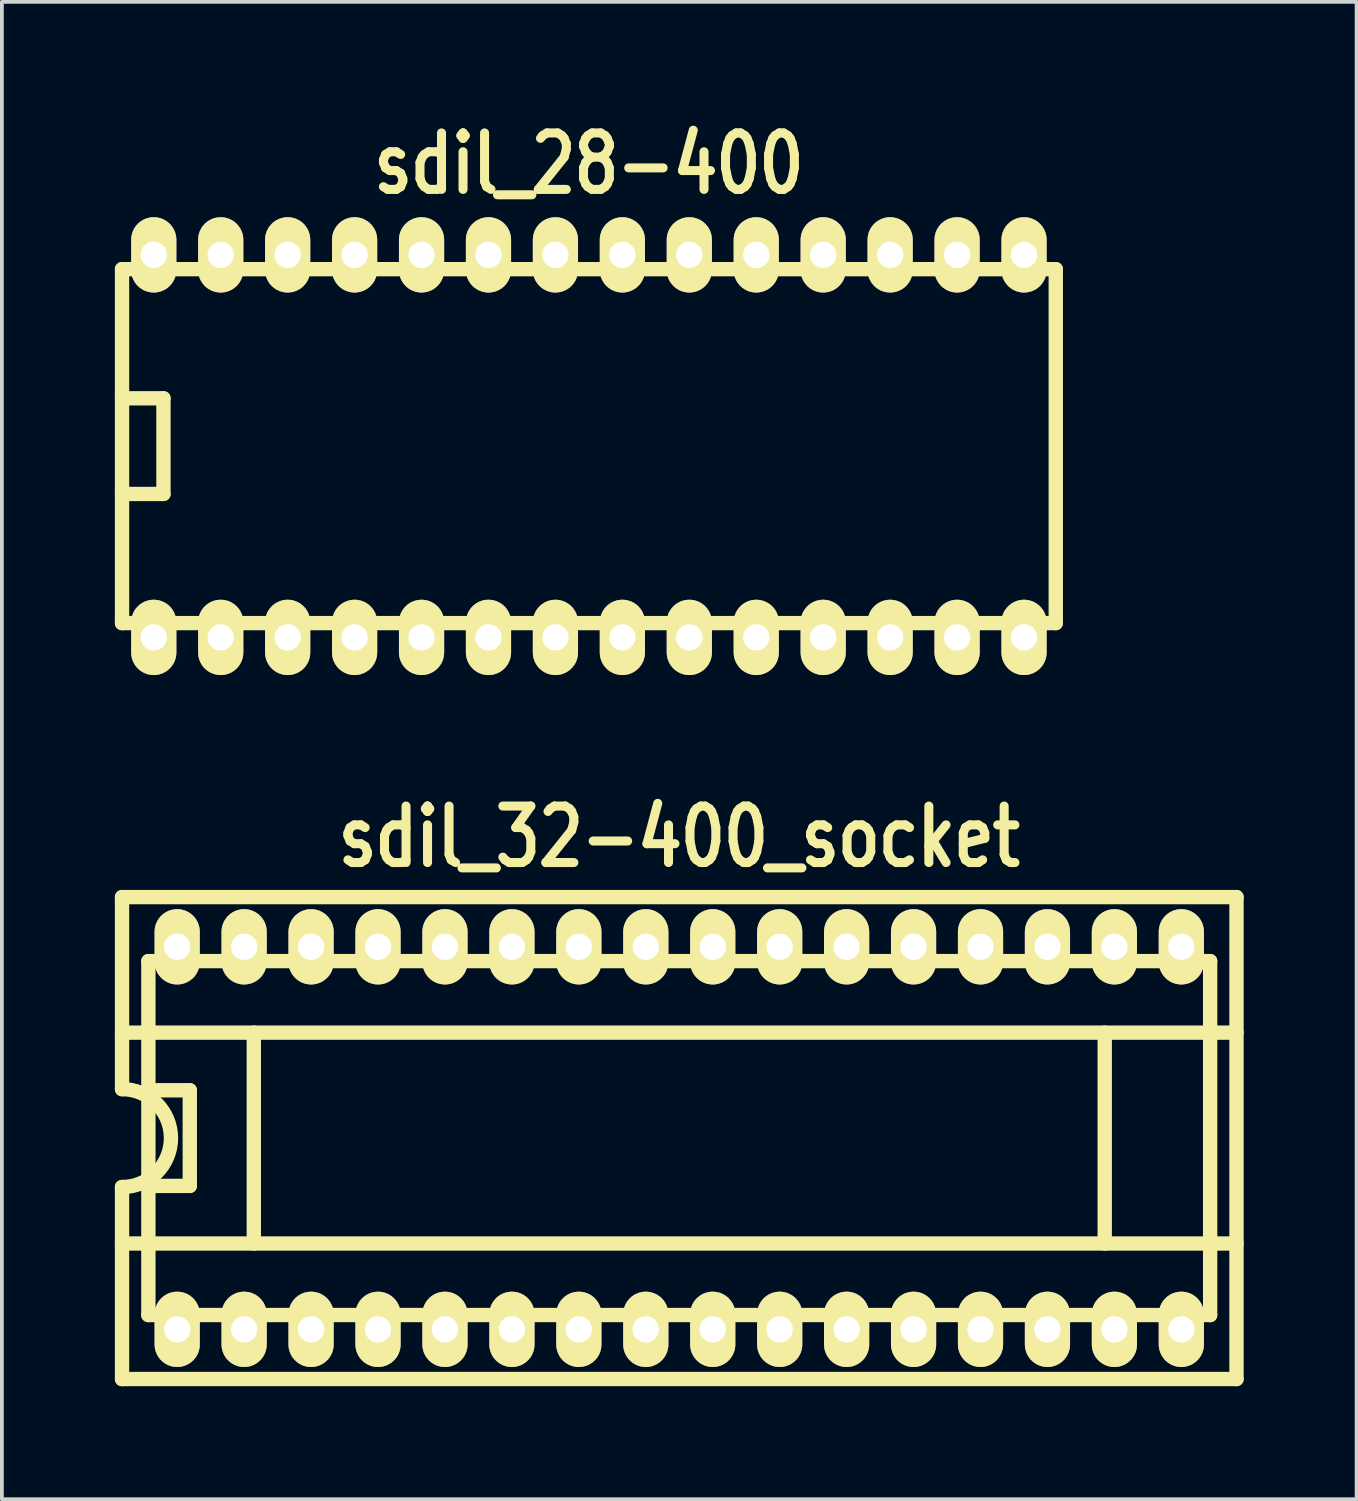
<source format=kicad_pcb>
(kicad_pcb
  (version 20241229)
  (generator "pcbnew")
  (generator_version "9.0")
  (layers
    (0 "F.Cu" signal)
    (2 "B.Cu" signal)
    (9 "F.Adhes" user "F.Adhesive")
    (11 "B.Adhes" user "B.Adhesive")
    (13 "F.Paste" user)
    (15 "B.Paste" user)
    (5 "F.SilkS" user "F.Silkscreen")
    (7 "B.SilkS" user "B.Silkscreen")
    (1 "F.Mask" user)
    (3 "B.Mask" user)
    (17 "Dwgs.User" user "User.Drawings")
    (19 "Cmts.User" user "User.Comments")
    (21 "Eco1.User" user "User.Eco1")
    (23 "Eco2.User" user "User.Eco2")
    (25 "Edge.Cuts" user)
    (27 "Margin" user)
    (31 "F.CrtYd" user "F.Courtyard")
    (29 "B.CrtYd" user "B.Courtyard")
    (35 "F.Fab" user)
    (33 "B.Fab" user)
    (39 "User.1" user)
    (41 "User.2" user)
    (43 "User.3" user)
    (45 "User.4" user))
  (footprint "sdil_28-400"
    (layer "F.Cu")
    (at 12.591 8.799)
    (property "Reference" "sdil_28-400" (at 0 -7.5 0) (layer "F.SilkS") (effects (font (size 1.5 1.2) (thickness 0.24))))
    (attr through_hole)
    (fp_line (start -12.4 -4.7) (end -12.4 4.7) (stroke (width 0.381) (type solid)) (layer "F.SilkS"))
    (fp_line (start -11.3 -1.27) (end -12.4 -1.27) (stroke (width 0.381) (type solid)) (layer "F.SilkS"))
    (fp_line (start -11.3 -1.27) (end -11.3 1.27) (stroke (width 0.381) (type solid)) (layer "F.SilkS"))
    (fp_line (start -11.3 1.27) (end -12.4 1.27) (stroke (width 0.381) (type solid)) (layer "F.SilkS"))
    (fp_line (start 12.4 -4.7) (end -12.4 -4.7) (stroke (width 0.381) (type solid)) (layer "F.SilkS"))
    (fp_line (start 12.4 4.7) (end -12.4 4.7) (stroke (width 0.381) (type solid)) (layer "F.SilkS"))
    (fp_line (start 12.4 4.7) (end 12.4 -4.7) (stroke (width 0.381) (type solid)) (layer "F.SilkS"))
    (pad "1" thru_hole oval (at -11.557 5.08) (size 1.2 2) (drill 0.7) (layers "*.Cu" "*.Mask" "F.SilkS"))
    (pad "2" thru_hole oval (at -9.779 5.08) (size 1.2 2) (drill 0.7) (layers "*.Cu" "*.Mask" "F.SilkS"))
    (pad "3" thru_hole oval (at -8.001 5.08) (size 1.2 2) (drill 0.7) (layers "*.Cu" "*.Mask" "F.SilkS"))
    (pad "4" thru_hole oval (at -6.223 5.08) (size 1.2 2) (drill 0.7) (layers "*.Cu" "*.Mask" "F.SilkS"))
    (pad "5" thru_hole oval (at -4.445 5.08) (size 1.2 2) (drill 0.7) (layers "*.Cu" "*.Mask" "F.SilkS"))
    (pad "6" thru_hole oval (at -2.667 5.08) (size 1.2 2) (drill 0.7) (layers "*.Cu" "*.Mask" "F.SilkS"))
    (pad "7" thru_hole oval (at -0.889 5.08) (size 1.2 2) (drill 0.7) (layers "*.Cu" "*.Mask" "F.SilkS"))
    (pad "8" thru_hole oval (at 0.889 5.08) (size 1.2 2) (drill 0.7) (layers "*.Cu" "*.Mask" "F.SilkS"))
    (pad "9" thru_hole oval (at 2.667 5.08) (size 1.2 2) (drill 0.7) (layers "*.Cu" "*.Mask" "F.SilkS"))
    (pad "10" thru_hole oval (at 4.445 5.08) (size 1.2 2) (drill 0.7) (layers "*.Cu" "*.Mask" "F.SilkS"))
    (pad "11" thru_hole oval (at 6.223 5.08) (size 1.2 2) (drill 0.7) (layers "*.Cu" "*.Mask" "F.SilkS"))
    (pad "12" thru_hole oval (at 8.001 5.08) (size 1.2 2) (drill 0.7) (layers "*.Cu" "*.Mask" "F.SilkS"))
    (pad "13" thru_hole oval (at 9.779 5.08) (size 1.2 2) (drill 0.7) (layers "*.Cu" "*.Mask" "F.SilkS"))
    (pad "14" thru_hole oval (at 11.557 5.08) (size 1.2 2) (drill 0.7) (layers "*.Cu" "*.Mask" "F.SilkS"))
    (pad "15" thru_hole oval (at 11.557 -5.08) (size 1.2 2) (drill 0.7) (layers "*.Cu" "*.Mask" "F.SilkS"))
    (pad "16" thru_hole oval (at 9.779 -5.08) (size 1.2 2) (drill 0.7) (layers "*.Cu" "*.Mask" "F.SilkS"))
    (pad "17" thru_hole oval (at 8.001 -5.08) (size 1.2 2) (drill 0.7) (layers "*.Cu" "*.Mask" "F.SilkS"))
    (pad "18" thru_hole oval (at 6.223 -5.08) (size 1.2 2) (drill 0.7) (layers "*.Cu" "*.Mask" "F.SilkS"))
    (pad "19" thru_hole oval (at 4.445 -5.08) (size 1.2 2) (drill 0.7) (layers "*.Cu" "*.Mask" "F.SilkS"))
    (pad "20" thru_hole oval (at 2.667 -5.08) (size 1.2 2) (drill 0.7) (layers "*.Cu" "*.Mask" "F.SilkS"))
    (pad "21" thru_hole oval (at 0.889 -5.08) (size 1.2 2) (drill 0.7) (layers "*.Cu" "*.Mask" "F.SilkS"))
    (pad "22" thru_hole oval (at -0.889 -5.08) (size 1.2 2) (drill 0.7) (layers "*.Cu" "*.Mask" "F.SilkS"))
    (pad "23" thru_hole oval (at -2.667 -5.08) (size 1.2 2) (drill 0.7) (layers "*.Cu" "*.Mask" "F.SilkS"))
    (pad "24" thru_hole oval (at -4.445 -5.08) (size 1.2 2) (drill 0.7) (layers "*.Cu" "*.Mask" "F.SilkS"))
    (pad "25" thru_hole oval (at -6.223 -5.08) (size 1.2 2) (drill 0.7) (layers "*.Cu" "*.Mask" "F.SilkS"))
    (pad "26" thru_hole oval (at -8.001 -5.08) (size 1.2 2) (drill 0.7) (layers "*.Cu" "*.Mask" "F.SilkS"))
    (pad "27" thru_hole oval (at -9.779 -5.08) (size 1.2 2) (drill 0.7) (layers "*.Cu" "*.Mask" "F.SilkS"))
    (pad "28" thru_hole oval (at -11.557 -5.08) (size 1.2 2) (drill 0.7) (layers "*.Cu" "*.Mask" "F.SilkS")))
  (footprint "sdil_32-400_socket"
    (layer "F.Cu")
    (at 14.991 27.177)
    (property "Reference" "sdil_32-400_socket" (at 0 -8 0) (layer "F.SilkS") (effects (font (size 1.5 1.2) (thickness 0.24))))
    (attr through_hole)
    (fp_line (start -14.8 -6.4) (end -14.8 -1.3) (stroke (width 0.381) (type solid)) (layer "F.SilkS"))
    (fp_line (start -14.8 1.3) (end -14.8 6.4) (stroke (width 0.381) (type solid)) (layer "F.SilkS"))
    (fp_line (start -14.8 6.4) (end 14.8 6.4) (stroke (width 0.381) (type solid)) (layer "F.SilkS"))
    (fp_line (start -14.1 -4.7) (end -14.1 4.7) (stroke (width 0.381) (type solid)) (layer "F.SilkS"))
    (fp_line (start -13 -1.27) (end -14.1 -1.27) (stroke (width 0.381) (type solid)) (layer "F.SilkS"))
    (fp_line (start -13 -1.27) (end -13 1.27) (stroke (width 0.381) (type solid)) (layer "F.SilkS"))
    (fp_line (start -13 1.27) (end -14.1 1.27) (stroke (width 0.381) (type solid)) (layer "F.SilkS"))
    (fp_line (start -11.3 -2.8) (end -11.3 2.8) (stroke (width 0.381) (type solid)) (layer "F.SilkS"))
    (fp_line (start 11.3 -2.8) (end 11.3 2.8) (stroke (width 0.381) (type solid)) (layer "F.SilkS"))
    (fp_line (start 14.1 -4.7) (end -14.1 -4.7) (stroke (width 0.381) (type solid)) (layer "F.SilkS"))
    (fp_line (start 14.1 4.7) (end -14.1 4.7) (stroke (width 0.381) (type solid)) (layer "F.SilkS"))
    (fp_line (start 14.1 4.7) (end 14.1 -4.7) (stroke (width 0.381) (type solid)) (layer "F.SilkS"))
    (fp_line (start 14.8 -6.4) (end -14.8 -6.4) (stroke (width 0.381) (type solid)) (layer "F.SilkS"))
    (fp_line (start 14.8 -2.8) (end -14.8 -2.8) (stroke (width 0.381) (type solid)) (layer "F.SilkS"))
    (fp_line (start 14.8 2.8) (end -14.8 2.8) (stroke (width 0.381) (type solid)) (layer "F.SilkS"))
    (fp_line (start 14.8 6.4) (end 14.8 -6.4) (stroke (width 0.381) (type solid)) (layer "F.SilkS"))
    (fp_arc (start -14.8 -1.3) (mid -13.5 0) (end -14.8 1.3) (stroke (width 0.381) (type solid)) (layer "F.SilkS"))
    (pad "1" thru_hole oval (at -13.335 5.08) (size 1.2 2) (drill 0.7) (layers "*.Cu" "*.Mask" "F.SilkS"))
    (pad "2" thru_hole oval (at -11.557 5.08) (size 1.2 2) (drill 0.7) (layers "*.Cu" "*.Mask" "F.SilkS"))
    (pad "3" thru_hole oval (at -9.779 5.08) (size 1.2 2) (drill 0.7) (layers "*.Cu" "*.Mask" "F.SilkS"))
    (pad "4" thru_hole oval (at -8.001 5.08) (size 1.2 2) (drill 0.7) (layers "*.Cu" "*.Mask" "F.SilkS"))
    (pad "5" thru_hole oval (at -6.223 5.08) (size 1.2 2) (drill 0.7) (layers "*.Cu" "*.Mask" "F.SilkS"))
    (pad "6" thru_hole oval (at -4.445 5.08) (size 1.2 2) (drill 0.7) (layers "*.Cu" "*.Mask" "F.SilkS"))
    (pad "7" thru_hole oval (at -2.667 5.08) (size 1.2 2) (drill 0.7) (layers "*.Cu" "*.Mask" "F.SilkS"))
    (pad "8" thru_hole oval (at -0.889 5.08) (size 1.2 2) (drill 0.7) (layers "*.Cu" "*.Mask" "F.SilkS"))
    (pad "9" thru_hole oval (at 0.889 5.08) (size 1.2 2) (drill 0.7) (layers "*.Cu" "*.Mask" "F.SilkS"))
    (pad "10" thru_hole oval (at 2.667 5.08) (size 1.2 2) (drill 0.7) (layers "*.Cu" "*.Mask" "F.SilkS"))
    (pad "11" thru_hole oval (at 4.445 5.08) (size 1.2 2) (drill 0.7) (layers "*.Cu" "*.Mask" "F.SilkS"))
    (pad "12" thru_hole oval (at 6.223 5.08) (size 1.2 2) (drill 0.7) (layers "*.Cu" "*.Mask" "F.SilkS"))
    (pad "13" thru_hole oval (at 8.001 5.08) (size 1.2 2) (drill 0.7) (layers "*.Cu" "*.Mask" "F.SilkS"))
    (pad "14" thru_hole oval (at 9.779 5.08) (size 1.2 2) (drill 0.7) (layers "*.Cu" "*.Mask" "F.SilkS"))
    (pad "15" thru_hole oval (at 11.557 5.08) (size 1.2 2) (drill 0.7) (layers "*.Cu" "*.Mask" "F.SilkS"))
    (pad "16" thru_hole oval (at 13.335 5.08) (size 1.2 2) (drill 0.7) (layers "*.Cu" "*.Mask" "F.SilkS"))
    (pad "17" thru_hole oval (at 13.335 -5.08) (size 1.2 2) (drill 0.7) (layers "*.Cu" "*.Mask" "F.SilkS"))
    (pad "18" thru_hole oval (at 11.557 -5.08) (size 1.2 2) (drill 0.7) (layers "*.Cu" "*.Mask" "F.SilkS"))
    (pad "19" thru_hole oval (at 9.779 -5.08) (size 1.2 2) (drill 0.7) (layers "*.Cu" "*.Mask" "F.SilkS"))
    (pad "20" thru_hole oval (at 8.001 -5.08) (size 1.2 2) (drill 0.7) (layers "*.Cu" "*.Mask" "F.SilkS"))
    (pad "21" thru_hole oval (at 6.223 -5.08) (size 1.2 2) (drill 0.7) (layers "*.Cu" "*.Mask" "F.SilkS"))
    (pad "22" thru_hole oval (at 4.445 -5.08) (size 1.2 2) (drill 0.7) (layers "*.Cu" "*.Mask" "F.SilkS"))
    (pad "23" thru_hole oval (at 2.667 -5.08) (size 1.2 2) (drill 0.7) (layers "*.Cu" "*.Mask" "F.SilkS"))
    (pad "24" thru_hole oval (at 0.889 -5.08) (size 1.2 2) (drill 0.7) (layers "*.Cu" "*.Mask" "F.SilkS"))
    (pad "25" thru_hole oval (at -0.889 -5.08) (size 1.2 2) (drill 0.7) (layers "*.Cu" "*.Mask" "F.SilkS"))
    (pad "26" thru_hole oval (at -2.667 -5.08) (size 1.2 2) (drill 0.7) (layers "*.Cu" "*.Mask" "F.SilkS"))
    (pad "27" thru_hole oval (at -4.445 -5.08) (size 1.2 2) (drill 0.7) (layers "*.Cu" "*.Mask" "F.SilkS"))
    (pad "28" thru_hole oval (at -6.223 -5.08) (size 1.2 2) (drill 0.7) (layers "*.Cu" "*.Mask" "F.SilkS"))
    (pad "29" thru_hole oval (at -8.001 -5.08) (size 1.2 2) (drill 0.7) (layers "*.Cu" "*.Mask" "F.SilkS"))
    (pad "30" thru_hole oval (at -9.779 -5.08) (size 1.2 2) (drill 0.7) (layers "*.Cu" "*.Mask" "F.SilkS"))
    (pad "31" thru_hole oval (at -11.557 -5.08) (size 1.2 2) (drill 0.7) (layers "*.Cu" "*.Mask" "F.SilkS"))
    (pad "32" thru_hole oval (at -13.335 -5.08) (size 1.2 2) (drill 0.7) (layers "*.Cu" "*.Mask" "F.SilkS")))
  (gr_rect
    (start -3 -3)
    (end 32.981 36.768)
    (stroke (width 0.1) (type default))
    (fill no)
    (layer "Edge.Cuts")))
</source>
